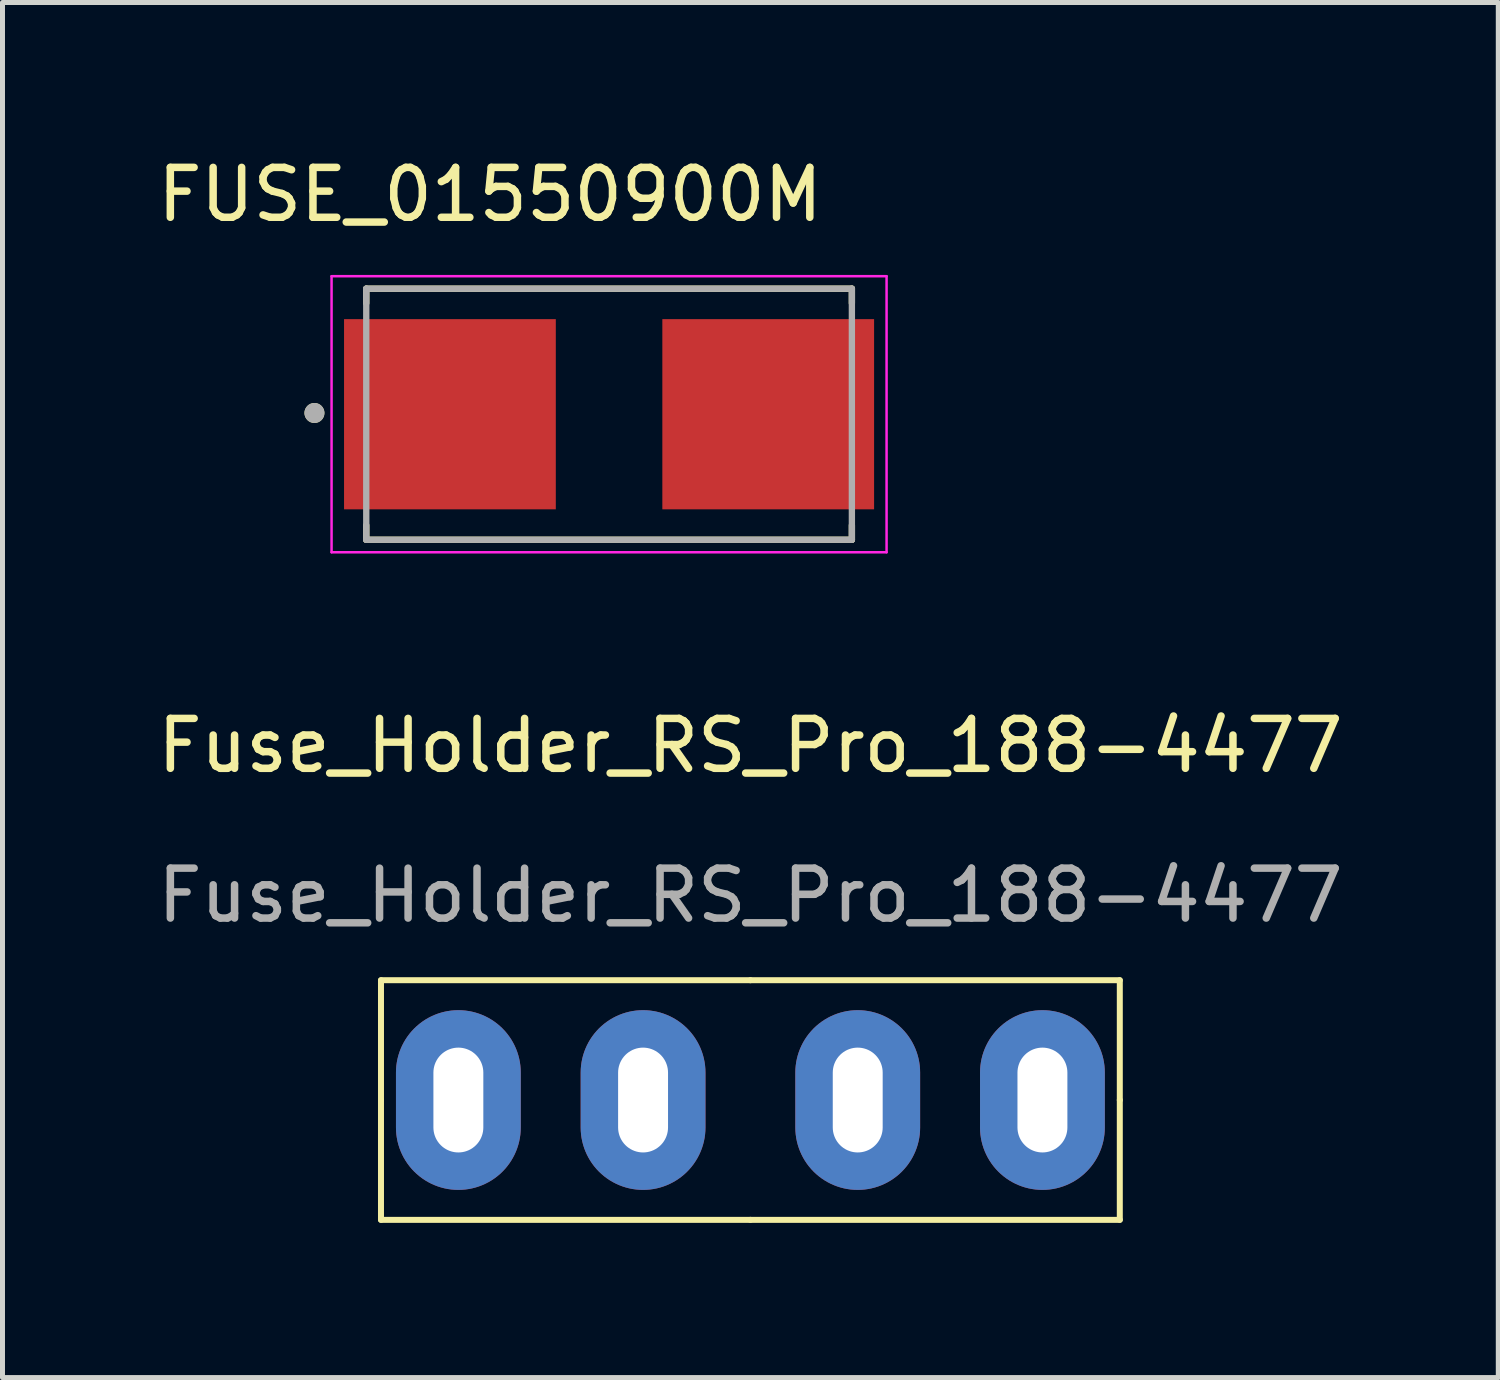
<source format=kicad_pcb>
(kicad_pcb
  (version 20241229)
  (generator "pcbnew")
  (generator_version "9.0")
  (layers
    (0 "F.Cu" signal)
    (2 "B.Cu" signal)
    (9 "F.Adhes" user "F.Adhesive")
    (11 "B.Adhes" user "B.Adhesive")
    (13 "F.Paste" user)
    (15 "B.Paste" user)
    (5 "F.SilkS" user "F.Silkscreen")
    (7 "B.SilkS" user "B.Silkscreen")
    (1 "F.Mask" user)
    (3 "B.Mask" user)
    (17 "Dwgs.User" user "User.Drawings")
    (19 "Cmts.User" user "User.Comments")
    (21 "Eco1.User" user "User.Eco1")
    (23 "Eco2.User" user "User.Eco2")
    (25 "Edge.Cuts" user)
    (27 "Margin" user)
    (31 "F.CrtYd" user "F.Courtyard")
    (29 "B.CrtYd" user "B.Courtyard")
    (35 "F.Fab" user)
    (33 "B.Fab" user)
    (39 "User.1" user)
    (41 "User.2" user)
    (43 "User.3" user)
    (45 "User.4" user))
  (footprint "Fuse_Holder_RS_Pro_188-4477"
    (layer "F.Cu")
    (at 11.982 18.986)
    (property "Reference" "Fuse_Holder_RS_Pro_188-4477" (at 0 -7.1 0) (unlocked yes) (layer "F.SilkS") (effects (font (size 1 1) (thickness 0.15))))
    (attr through_hole)
    (fp_line (start -7.4 -2.4) (end -7.4 0) (stroke (width 0.12) (type default)) (layer "F.SilkS"))
    (fp_line (start -7.4 0) (end -7.4 2.4) (stroke (width 0.12) (type default)) (layer "F.SilkS"))
    (fp_line (start -7.4 2.4) (end 0 2.4) (stroke (width 0.12) (type default)) (layer "F.SilkS"))
    (fp_line (start 0 -2.4) (end -7.4 -2.4) (stroke (width 0.12) (type default)) (layer "F.SilkS"))
    (fp_line (start 0 2.4) (end 7.4 2.4) (stroke (width 0.12) (type default)) (layer "F.SilkS"))
    (fp_line (start 7.4 -2.4) (end 0 -2.4) (stroke (width 0.12) (type default)) (layer "F.SilkS"))
    (fp_line (start 7.4 0) (end 7.4 -2.4) (stroke (width 0.12) (type default)) (layer "F.SilkS"))
    (fp_line (start 7.4 2.4) (end 7.4 0) (stroke (width 0.12) (type default)) (layer "F.SilkS"))
    (fp_line (start -7.5 -2.5) (end 0 -2.5) (stroke (width 0.12) (type default)) (layer "Margin"))
    (fp_line (start -7.5 0) (end -7.5 -2.5) (stroke (width 0.12) (type default)) (layer "Margin"))
    (fp_line (start -7.5 2.5) (end -7.5 0) (stroke (width 0.12) (type default)) (layer "Margin"))
    (fp_line (start 0 -2.5) (end 7.5 -2.5) (stroke (width 0.12) (type default)) (layer "Margin"))
    (fp_line (start 0 2.5) (end -7.5 2.5) (stroke (width 0.12) (type default)) (layer "Margin"))
    (fp_line (start 7.5 -2.5) (end 7.5 0) (stroke (width 0.12) (type default)) (layer "Margin"))
    (fp_line (start 7.5 0) (end 7.5 2.5) (stroke (width 0.12) (type default)) (layer "Margin"))
    (fp_line (start 7.5 2.5) (end 0 2.5) (stroke (width 0.12) (type default)) (layer "Margin"))
    (fp_text user "${REFERENCE}" (at 0 -4.1 0) (unlocked yes) (layer "F.Fab") (effects (font (size 1 1) (thickness 0.15))))
    (pad "1" thru_hole oval (at -5.85 0) (size 2.5 3.6) (drill oval 1 2.1) (layers "*.Cu" "*.Mask"))
    (pad "1" thru_hole oval (at -2.15 0) (size 2.5 3.6) (drill oval 1 2.1) (layers "*.Cu" "*.Mask"))
    (pad "2" thru_hole oval (at 2.15 0) (size 2.5 3.6) (drill oval 1 2.1) (layers "*.Cu" "*.Mask"))
    (pad "2" thru_hole oval (at 5.85 0) (size 2.5 3.6) (drill oval 1 2.1) (layers "*.Cu" "*.Mask")))
  (footprint "FUSE_01550900M"
    (layer "F.Cu")
    (at 9.151 5.248)
    (property "Reference" "FUSE_01550900M" (at -2.384 -4.4 0) (layer "F.SilkS") (effects (font (size 1 1) (thickness 0.15))))
    (attr smd)
    (fp_line (start -4.864 -2.515) (end 4.864 -2.515) (stroke (width 0.127) (type solid)) (layer "F.SilkS"))
    (fp_line (start -4.864 -2.225) (end -4.864 -2.515) (stroke (width 0.127) (type solid)) (layer "F.SilkS"))
    (fp_line (start -4.864 2.515) (end -4.864 2.225) (stroke (width 0.127) (type solid)) (layer "F.SilkS"))
    (fp_line (start 4.864 -2.515) (end 4.864 -2.225) (stroke (width 0.127) (type solid)) (layer "F.SilkS"))
    (fp_line (start 4.864 2.515) (end -4.864 2.515) (stroke (width 0.127) (type solid)) (layer "F.SilkS"))
    (fp_line (start 4.864 2.515) (end 4.864 2.225) (stroke (width 0.127) (type solid)) (layer "F.SilkS"))
    (fp_circle (center -5.902 -0.025) (end -5.802 -0.025) (stroke (width 0.2) (type solid)) (fill no) (layer "F.SilkS"))
    (fp_line (start -5.559 -2.765) (end -5.559 2.765) (stroke (width 0.05) (type solid)) (layer "F.CrtYd"))
    (fp_line (start -5.559 2.765) (end 5.559 2.765) (stroke (width 0.05) (type solid)) (layer "F.CrtYd"))
    (fp_line (start 5.559 -2.765) (end -5.559 -2.765) (stroke (width 0.05) (type solid)) (layer "F.CrtYd"))
    (fp_line (start 5.559 2.765) (end 5.559 -2.765) (stroke (width 0.05) (type solid)) (layer "F.CrtYd"))
    (fp_line (start -4.864 -2.515) (end 4.864 -2.515) (stroke (width 0.127) (type solid)) (layer "F.Fab"))
    (fp_line (start -4.864 2.515) (end -4.864 -2.515) (stroke (width 0.127) (type solid)) (layer "F.Fab"))
    (fp_line (start 4.864 -2.515) (end 4.864 2.515) (stroke (width 0.127) (type solid)) (layer "F.Fab"))
    (fp_line (start 4.864 2.515) (end -4.864 2.515) (stroke (width 0.127) (type solid)) (layer "F.Fab"))
    (fp_circle (center -5.902 -0.025) (end -5.802 -0.025) (stroke (width 0.2) (type solid)) (fill no) (layer "F.Fab"))
    (pad "1" smd rect (at -3.188 0) (size 4.242 3.81) (layers "F.Cu" "F.Mask" "F.Paste"))
    (pad "2" smd rect (at 3.188 0) (size 4.242 3.81) (layers "F.Cu" "F.Mask" "F.Paste")))
  (gr_rect
    (start -3 -3)
    (end 26.964 24.546)
    (stroke (width 0.1) (type default))
    (fill no)
    (layer "Edge.Cuts")))
</source>
